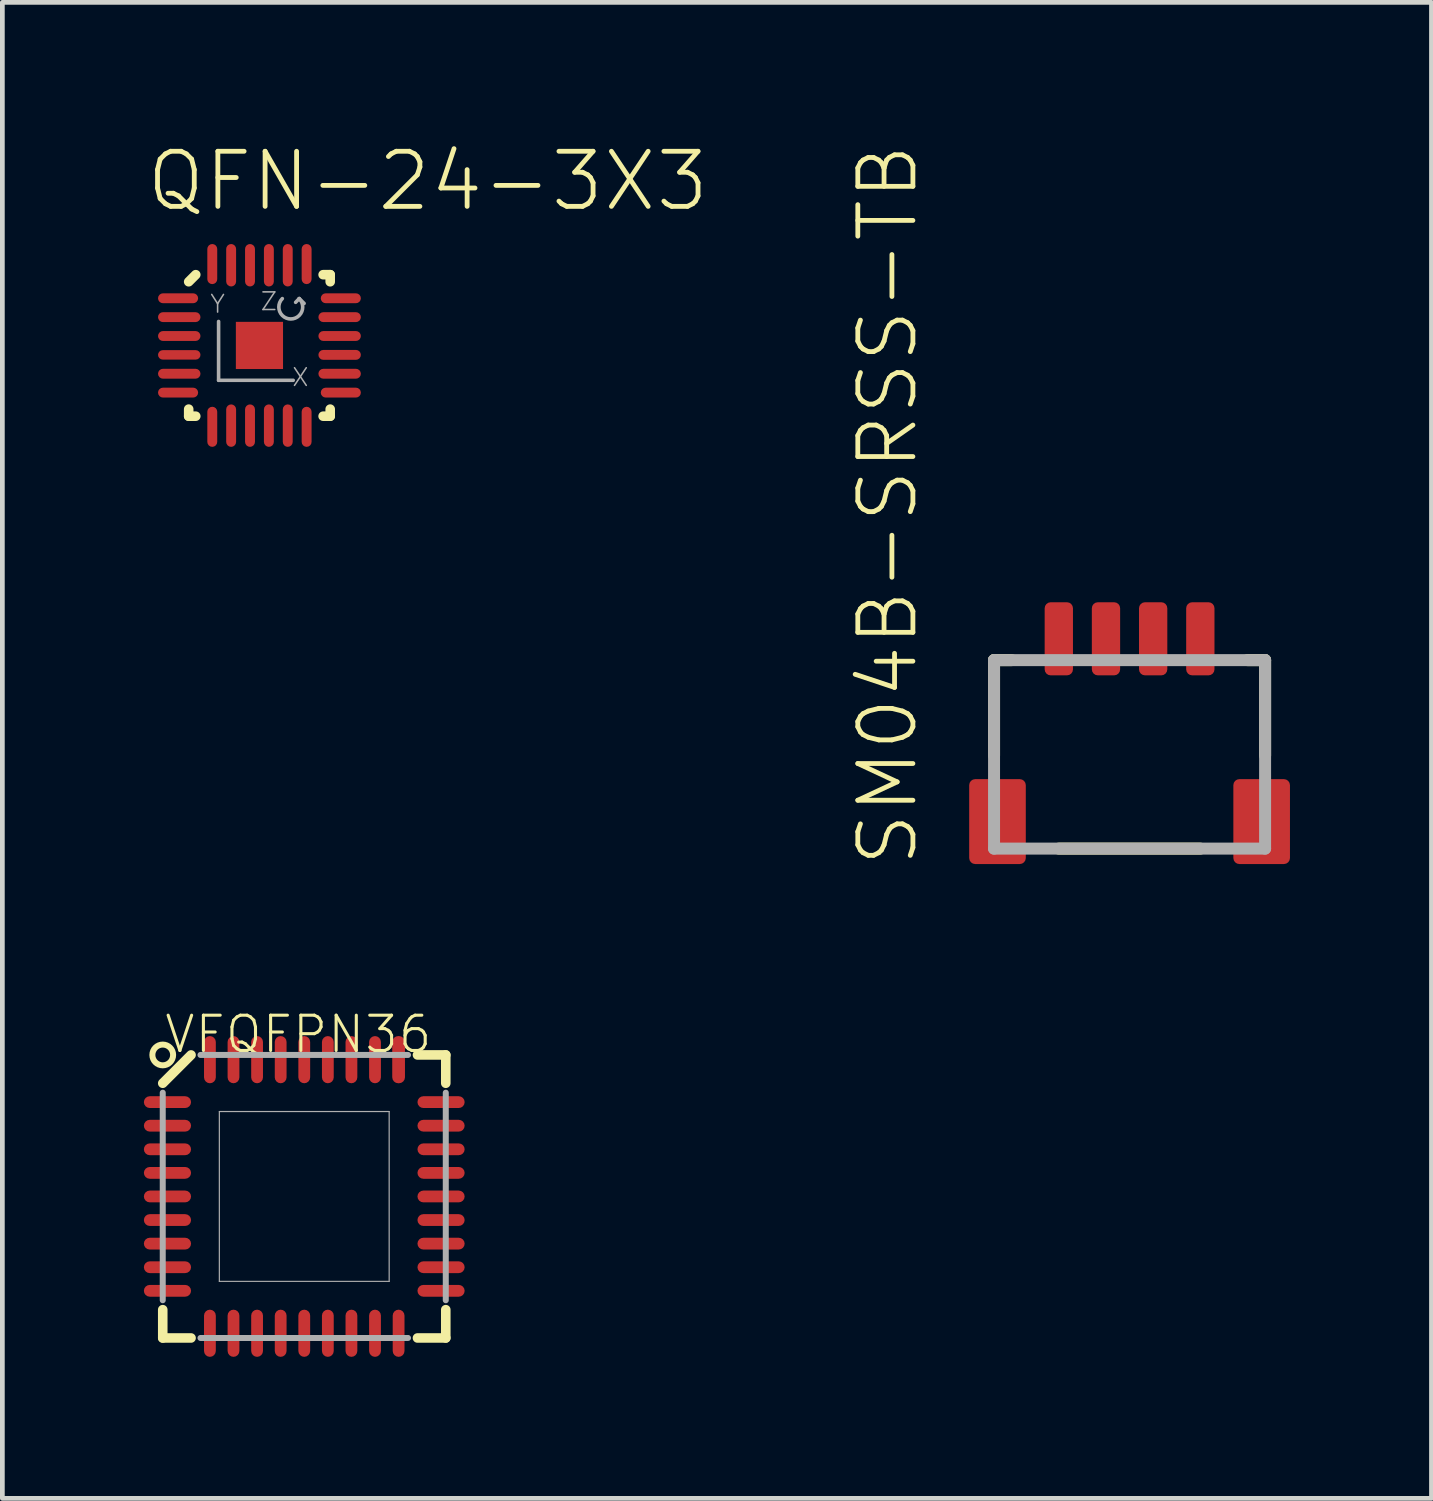
<source format=kicad_pcb>
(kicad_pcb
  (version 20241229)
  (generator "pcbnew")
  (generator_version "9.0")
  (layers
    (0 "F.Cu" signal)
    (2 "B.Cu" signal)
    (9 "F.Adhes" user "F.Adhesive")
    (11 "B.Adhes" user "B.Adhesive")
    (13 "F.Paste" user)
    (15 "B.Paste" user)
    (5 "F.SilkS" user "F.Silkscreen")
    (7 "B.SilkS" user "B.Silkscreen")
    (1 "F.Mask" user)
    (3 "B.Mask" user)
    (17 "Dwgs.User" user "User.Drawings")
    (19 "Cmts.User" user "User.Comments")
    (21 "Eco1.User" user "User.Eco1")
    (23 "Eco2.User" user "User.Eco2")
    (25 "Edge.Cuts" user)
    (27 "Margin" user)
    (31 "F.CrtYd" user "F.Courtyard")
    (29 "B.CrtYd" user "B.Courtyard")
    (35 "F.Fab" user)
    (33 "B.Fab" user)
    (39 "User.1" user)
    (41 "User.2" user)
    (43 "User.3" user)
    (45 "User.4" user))
  (footprint "SM04B-SRSS-TB"
    (layer "F.Cu")
    (at 20.896 13.467)
    (property "Reference" "SM04B-SRSS-TB" (at -4.445 1.905 90) (unlocked yes) (layer "F.SilkS") (effects (font (size 1.168 1.168) (thickness 0.102)) (justify left bottom)))
    (fp_line (start -2.873 -2.523) (end -2.5 -2.523) (stroke (width 0.254) (type solid)) (layer "F.SilkS"))
    (fp_line (start -2.873 -0.5) (end -2.873 -2.523) (stroke (width 0.254) (type solid)) (layer "F.SilkS"))
    (fp_line (start -1.5 1.473) (end 1.5 1.473) (stroke (width 0.254) (type solid)) (layer "F.SilkS"))
    (fp_line (start 2.873 -2.523) (end 2.5 -2.523) (stroke (width 0.254) (type solid)) (layer "F.SilkS"))
    (fp_line (start 2.873 -0.5) (end 2.873 -2.523) (stroke (width 0.254) (type solid)) (layer "F.SilkS"))
    (fp_line (start -2.873 -2.523) (end 2.873 -2.523) (stroke (width 0.254) (type solid)) (layer "F.Fab"))
    (fp_line (start -2.873 1.473) (end -2.873 -2.523) (stroke (width 0.254) (type solid)) (layer "F.Fab"))
    (fp_line (start 2.873 -2.523) (end 2.873 1.473) (stroke (width 0.254) (type solid)) (layer "F.Fab"))
    (fp_line (start 2.873 1.473) (end -2.873 1.473) (stroke (width 0.254) (type solid)) (layer "F.Fab"))
    (pad "1" smd roundrect (at -1.5 -2.975) (size 0.6 1.55) (layers "F.Cu" "F.Mask" "F.Paste") (roundrect_rratio 0.212))
    (pad "2" smd roundrect (at -0.5 -2.975) (size 0.6 1.55) (layers "F.Cu" "F.Mask" "F.Paste") (roundrect_rratio 0.212))
    (pad "3" smd roundrect (at 0.5 -2.975) (size 0.6 1.55) (layers "F.Cu" "F.Mask" "F.Paste") (roundrect_rratio 0.212))
    (pad "4" smd roundrect (at 1.5 -2.975) (size 0.6 1.55) (layers "F.Cu" "F.Mask" "F.Paste") (roundrect_rratio 0.212))
    (pad "FIT@1" smd roundrect (at -2.8 0.9) (size 1.2 1.8) (layers "F.Cu" "F.Mask" "F.Paste") (roundrect_rratio 0.106))
    (pad "FIT@2" smd roundrect (at 2.8 0.9) (size 1.2 1.8) (layers "F.Cu" "F.Mask" "F.Paste") (roundrect_rratio 0.106)))
  (footprint "VFQFPN36"
    (layer "F.Cu")
    (at 3.4 22.314)
    (property "Reference" "VFQFPN36" (at -3 -3 0) (unlocked yes) (layer "F.SilkS") (effects (font (size 0.748 0.748) (thickness 0.065)) (justify left bottom)))
    (fp_line (start -3 -2.4) (end -2.4 -3) (stroke (width 0.203) (type solid)) (layer "F.SilkS"))
    (fp_line (start -3 3) (end -3 2.4) (stroke (width 0.203) (type solid)) (layer "F.SilkS"))
    (fp_line (start -3 3) (end -2.4 3) (stroke (width 0.203) (type solid)) (layer "F.SilkS"))
    (fp_line (start 2.4 -3) (end 3 -3) (stroke (width 0.203) (type solid)) (layer "F.SilkS"))
    (fp_line (start 2.4 3) (end 3 3) (stroke (width 0.203) (type solid)) (layer "F.SilkS"))
    (fp_line (start 3 -2.4) (end 3 -3) (stroke (width 0.203) (type solid)) (layer "F.SilkS"))
    (fp_line (start 3 3) (end 3 2.4) (stroke (width 0.203) (type solid)) (layer "F.SilkS"))
    (fp_circle (center -3 -3) (end -2.78 -3) (stroke (width 0.127) (type solid)) (fill no) (layer "F.SilkS"))
    (fp_line (start -3 2.2) (end -3 -2.2) (stroke (width 0.127) (type solid)) (layer "F.Fab"))
    (fp_line (start -1.8 -1.8) (end 1.8 -1.8) (stroke (width 0.025) (type solid)) (layer "F.Fab"))
    (fp_line (start -1.8 1.8) (end -1.8 -1.8) (stroke (width 0.025) (type solid)) (layer "F.Fab"))
    (fp_line (start 1.8 -1.8) (end 1.8 1.8) (stroke (width 0.025) (type solid)) (layer "F.Fab"))
    (fp_line (start 1.8 1.8) (end -1.8 1.8) (stroke (width 0.025) (type solid)) (layer "F.Fab"))
    (fp_line (start 2.2 -3) (end -2.2 -3) (stroke (width 0.127) (type solid)) (layer "F.Fab"))
    (fp_line (start 2.2 3) (end -2.2 3) (stroke (width 0.127) (type solid)) (layer "F.Fab"))
    (fp_line (start 3 2.2) (end 3 -2.2) (stroke (width 0.127) (type solid)) (layer "F.Fab"))
    (pad "1" smd roundrect (at -2.9 -2) (size 1 0.25) (layers "F.Cu" "F.Mask" "F.Paste") (roundrect_rratio 0.5))
    (pad "2" smd roundrect (at -2.9 -1.5) (size 1 0.25) (layers "F.Cu" "F.Mask" "F.Paste") (roundrect_rratio 0.5))
    (pad "3" smd roundrect (at -2.9 -1) (size 1 0.25) (layers "F.Cu" "F.Mask" "F.Paste") (roundrect_rratio 0.5))
    (pad "4" smd roundrect (at -2.9 -0.5) (size 1 0.25) (layers "F.Cu" "F.Mask" "F.Paste") (roundrect_rratio 0.5))
    (pad "5" smd roundrect (at -2.9 0) (size 1 0.25) (layers "F.Cu" "F.Mask" "F.Paste") (roundrect_rratio 0.5))
    (pad "6" smd roundrect (at -2.9 0.5) (size 1 0.25) (layers "F.Cu" "F.Mask" "F.Paste") (roundrect_rratio 0.5))
    (pad "7" smd roundrect (at -2.9 1) (size 1 0.25) (layers "F.Cu" "F.Mask" "F.Paste") (roundrect_rratio 0.5))
    (pad "8" smd roundrect (at -2.9 1.5) (size 1 0.25) (layers "F.Cu" "F.Mask" "F.Paste") (roundrect_rratio 0.5))
    (pad "9" smd roundrect (at -2.9 2) (size 1 0.25) (layers "F.Cu" "F.Mask" "F.Paste") (roundrect_rratio 0.5))
    (pad "10" smd roundrect (at -2 2.9 90) (size 1 0.25) (layers "F.Cu" "F.Mask" "F.Paste") (roundrect_rratio 0.5))
    (pad "11" smd roundrect (at -1.5 2.9 90) (size 1 0.25) (layers "F.Cu" "F.Mask" "F.Paste") (roundrect_rratio 0.5))
    (pad "12" smd roundrect (at -1 2.9 90) (size 1 0.25) (layers "F.Cu" "F.Mask" "F.Paste") (roundrect_rratio 0.5))
    (pad "13" smd roundrect (at -0.5 2.9 90) (size 1 0.25) (layers "F.Cu" "F.Mask" "F.Paste") (roundrect_rratio 0.5))
    (pad "14" smd roundrect (at 0 2.9 90) (size 1 0.25) (layers "F.Cu" "F.Mask" "F.Paste") (roundrect_rratio 0.5))
    (pad "15" smd roundrect (at 0.5 2.9 90) (size 1 0.25) (layers "F.Cu" "F.Mask" "F.Paste") (roundrect_rratio 0.5))
    (pad "16" smd roundrect (at 1 2.9 90) (size 1 0.25) (layers "F.Cu" "F.Mask" "F.Paste") (roundrect_rratio 0.5))
    (pad "17" smd roundrect (at 1.5 2.9 90) (size 1 0.25) (layers "F.Cu" "F.Mask" "F.Paste") (roundrect_rratio 0.5))
    (pad "18" smd roundrect (at 2 2.9 90) (size 1 0.25) (layers "F.Cu" "F.Mask" "F.Paste") (roundrect_rratio 0.5))
    (pad "19" smd roundrect (at 2.9 2 180) (size 1 0.25) (layers "F.Cu" "F.Mask" "F.Paste") (roundrect_rratio 0.5))
    (pad "20" smd roundrect (at 2.9 1.5 180) (size 1 0.25) (layers "F.Cu" "F.Mask" "F.Paste") (roundrect_rratio 0.5))
    (pad "21" smd roundrect (at 2.9 1 180) (size 1 0.25) (layers "F.Cu" "F.Mask" "F.Paste") (roundrect_rratio 0.5))
    (pad "22" smd roundrect (at 2.9 0.5 180) (size 1 0.25) (layers "F.Cu" "F.Mask" "F.Paste") (roundrect_rratio 0.5))
    (pad "23" smd roundrect (at 2.9 0 180) (size 1 0.25) (layers "F.Cu" "F.Mask" "F.Paste") (roundrect_rratio 0.5))
    (pad "24" smd roundrect (at 2.9 -0.5 180) (size 1 0.25) (layers "F.Cu" "F.Mask" "F.Paste") (roundrect_rratio 0.5))
    (pad "25" smd roundrect (at 2.9 -1 180) (size 1 0.25) (layers "F.Cu" "F.Mask" "F.Paste") (roundrect_rratio 0.5))
    (pad "26" smd roundrect (at 2.9 -1.5 180) (size 1 0.25) (layers "F.Cu" "F.Mask" "F.Paste") (roundrect_rratio 0.5))
    (pad "27" smd roundrect (at 2.9 -2 180) (size 1 0.25) (layers "F.Cu" "F.Mask" "F.Paste") (roundrect_rratio 0.5))
    (pad "28" smd roundrect (at 2 -2.9 270) (size 1 0.27) (layers "F.Cu" "F.Mask" "F.Paste") (roundrect_rratio 0.47))
    (pad "29" smd roundrect (at 1.5 -2.9 270) (size 1 0.25) (layers "F.Cu" "F.Mask" "F.Paste") (roundrect_rratio 0.5))
    (pad "30" smd roundrect (at 1 -2.9 270) (size 1 0.25) (layers "F.Cu" "F.Mask" "F.Paste") (roundrect_rratio 0.5))
    (pad "31" smd roundrect (at 0.5 -2.9 270) (size 1 0.25) (layers "F.Cu" "F.Mask" "F.Paste") (roundrect_rratio 0.5))
    (pad "32" smd roundrect (at 0 -2.9 270) (size 1 0.25) (layers "F.Cu" "F.Mask" "F.Paste") (roundrect_rratio 0.5))
    (pad "33" smd roundrect (at -0.5 -2.9 270) (size 1 0.25) (layers "F.Cu" "F.Mask" "F.Paste") (roundrect_rratio 0.5))
    (pad "34" smd roundrect (at -1 -2.9 270) (size 1 0.25) (layers "F.Cu" "F.Mask" "F.Paste") (roundrect_rratio 0.5))
    (pad "35" smd roundrect (at -1.5 -2.9 270) (size 1 0.25) (layers "F.Cu" "F.Mask" "F.Paste") (roundrect_rratio 0.5))
    (pad "36" smd roundrect (at -2 -2.9 270) (size 1 0.25) (layers "F.Cu" "F.Mask" "F.Paste") (roundrect_rratio 0.5)))
  (footprint "QFN-24-3X3"
    (layer "F.Cu")
    (at 2.45 4.273)
    (property "Reference" "QFN-24-3X3" (at -2.45 -2.8 0) (unlocked yes) (layer "F.SilkS") (effects (font (size 1.168 1.168) (thickness 0.102)) (justify left bottom)))
    (fp_poly (pts (xy -0.5 0.5) (xy 0.5 0.5) (xy 0.5 -0.5) (xy -0.5 -0.5)) (stroke (width 0) (type default)) (fill yes) (layer "F.Cu"))
    (fp_poly (pts (xy -0.5 0.5) (xy 0.5 0.5) (xy 0.5 -0.5) (xy -0.5 -0.5)) (stroke (width 0) (type default)) (fill yes) (layer "F.Mask"))
    (fp_line (start -1.5 1.5) (end -1.5 1.35) (stroke (width 0.203) (type solid)) (layer "F.SilkS"))
    (fp_line (start -1.35 -1.5) (end -1.5 -1.35) (stroke (width 0.203) (type solid)) (layer "F.SilkS"))
    (fp_line (start -1.35 1.5) (end -1.5 1.5) (stroke (width 0.203) (type solid)) (layer "F.SilkS"))
    (fp_line (start 1.35 1.5) (end 1.5 1.5) (stroke (width 0.203) (type solid)) (layer "F.SilkS"))
    (fp_line (start 1.5 -1.5) (end 1.35 -1.5) (stroke (width 0.203) (type solid)) (layer "F.SilkS"))
    (fp_line (start 1.5 -1.35) (end 1.5 -1.5) (stroke (width 0.203) (type solid)) (layer "F.SilkS"))
    (fp_line (start 1.5 1.35) (end 1.5 1.5) (stroke (width 0.203) (type solid)) (layer "F.SilkS"))
    (fp_line (start -0.866 -0.508) (end -0.866 0.739) (stroke (width 0.076) (type solid)) (layer "F.Fab"))
    (fp_line (start -0.866 0.739) (end 0.716 0.739) (stroke (width 0.076) (type solid)) (layer "F.Fab"))
    (fp_line (start 0.843 -0.993) (end 0.767 -0.914) (stroke (width 0.076) (type solid)) (layer "F.Fab"))
    (fp_line (start 0.843 -0.993) (end 0.947 -0.891) (stroke (width 0.076) (type solid)) (layer "F.Fab"))
    (fp_arc (start 0.843 -0.993) (mid 0.664 -0.560856) (end 0.485 -0.993) (stroke (width 0.0762) (type solid)) (layer "F.Fab"))
    (fp_text user "X" (at 0.668 0.894 0) (unlocked yes) (layer "F.Fab") (effects (font (size 0.374 0.374) (thickness 0.033)) (justify left bottom)))
    (fp_text user "Z" (at 0 -0.714 0) (unlocked yes) (layer "F.Fab") (effects (font (size 0.374 0.374) (thickness 0.033)) (justify left bottom)))
    (fp_text user "Y" (at -1.069 -0.66 0) (unlocked yes) (layer "F.Fab") (effects (font (size 0.374 0.374) (thickness 0.033)) (justify left bottom)))
    (pad "1" smd roundrect (at -1.725 -1 180) (size 0.85 0.21) (layers "F.Cu" "F.Mask" "F.Paste") (roundrect_rratio 0.5))
    (pad "2" smd roundrect (at -1.7 -0.6 180) (size 0.9 0.21) (layers "F.Cu" "F.Mask" "F.Paste") (roundrect_rratio 0.5))
    (pad "3" smd roundrect (at -1.7 -0.2 180) (size 0.9 0.21) (layers "F.Cu" "F.Mask" "F.Paste") (roundrect_rratio 0.5))
    (pad "4" smd roundrect (at -1.7 0.2 180) (size 0.9 0.2) (layers "F.Cu" "F.Mask" "F.Paste") (roundrect_rratio 0.5))
    (pad "5" smd roundrect (at -1.7 0.6 180) (size 0.9 0.21) (layers "F.Cu" "F.Mask" "F.Paste") (roundrect_rratio 0.5))
    (pad "6" smd roundrect (at -1.725 1 180) (size 0.85 0.21) (layers "F.Cu" "F.Mask" "F.Paste") (roundrect_rratio 0.5))
    (pad "7" smd roundrect (at -1 1.725 90) (size 0.85 0.21) (layers "F.Cu" "F.Mask" "F.Paste") (roundrect_rratio 0.5))
    (pad "8" smd roundrect (at -0.6 1.7 90) (size 0.9 0.21) (layers "F.Cu" "F.Mask" "F.Paste") (roundrect_rratio 0.5))
    (pad "9" smd roundrect (at -0.2 1.7 90) (size 0.9 0.21) (layers "F.Cu" "F.Mask" "F.Paste") (roundrect_rratio 0.5))
    (pad "10" smd roundrect (at 0.2 1.7 90) (size 0.9 0.21) (layers "F.Cu" "F.Mask" "F.Paste") (roundrect_rratio 0.5))
    (pad "11" smd roundrect (at 0.6 1.7 90) (size 0.9 0.21) (layers "F.Cu" "F.Mask" "F.Paste") (roundrect_rratio 0.5))
    (pad "12" smd roundrect (at 1 1.725 90) (size 0.85 0.21) (layers "F.Cu" "F.Mask" "F.Paste") (roundrect_rratio 0.5))
    (pad "13" smd roundrect (at 1.725 1) (size 0.85 0.21) (layers "F.Cu" "F.Mask" "F.Paste") (roundrect_rratio 0.5))
    (pad "14" smd roundrect (at 1.7 0.6) (size 0.9 0.21) (layers "F.Cu" "F.Mask" "F.Paste") (roundrect_rratio 0.5))
    (pad "15" smd roundrect (at 1.7 0.2) (size 0.9 0.21) (layers "F.Cu" "F.Mask" "F.Paste") (roundrect_rratio 0.5))
    (pad "16" smd roundrect (at 1.7 -0.2) (size 0.9 0.21) (layers "F.Cu" "F.Mask" "F.Paste") (roundrect_rratio 0.5))
    (pad "17" smd roundrect (at 1.7 -0.6) (size 0.9 0.21) (layers "F.Cu" "F.Mask" "F.Paste") (roundrect_rratio 0.5))
    (pad "18" smd roundrect (at 1.725 -1) (size 0.85 0.21) (layers "F.Cu" "F.Mask" "F.Paste") (roundrect_rratio 0.5))
    (pad "19" smd roundrect (at 1 -1.725 270) (size 0.85 0.21) (layers "F.Cu" "F.Mask" "F.Paste") (roundrect_rratio 0.5))
    (pad "20" smd roundrect (at 0.6 -1.7 270) (size 0.9 0.21) (layers "F.Cu" "F.Mask" "F.Paste") (roundrect_rratio 0.5))
    (pad "21" smd roundrect (at 0.2 -1.7 270) (size 0.9 0.21) (layers "F.Cu" "F.Mask" "F.Paste") (roundrect_rratio 0.5))
    (pad "22" smd roundrect (at -0.2 -1.7 270) (size 0.9 0.21) (layers "F.Cu" "F.Mask" "F.Paste") (roundrect_rratio 0.5))
    (pad "23" smd roundrect (at -0.6 -1.7 270) (size 0.9 0.21) (layers "F.Cu" "F.Mask" "F.Paste") (roundrect_rratio 0.5))
    (pad "24" smd roundrect (at -1 -1.725 270) (size 0.85 0.21) (layers "F.Cu" "F.Mask" "F.Paste") (roundrect_rratio 0.5)))
  (gr_rect
    (start -3 -3)
    (end 27.296 28.714)
    (stroke (width 0.1) (type default))
    (fill no)
    (layer "Edge.Cuts")))
</source>
